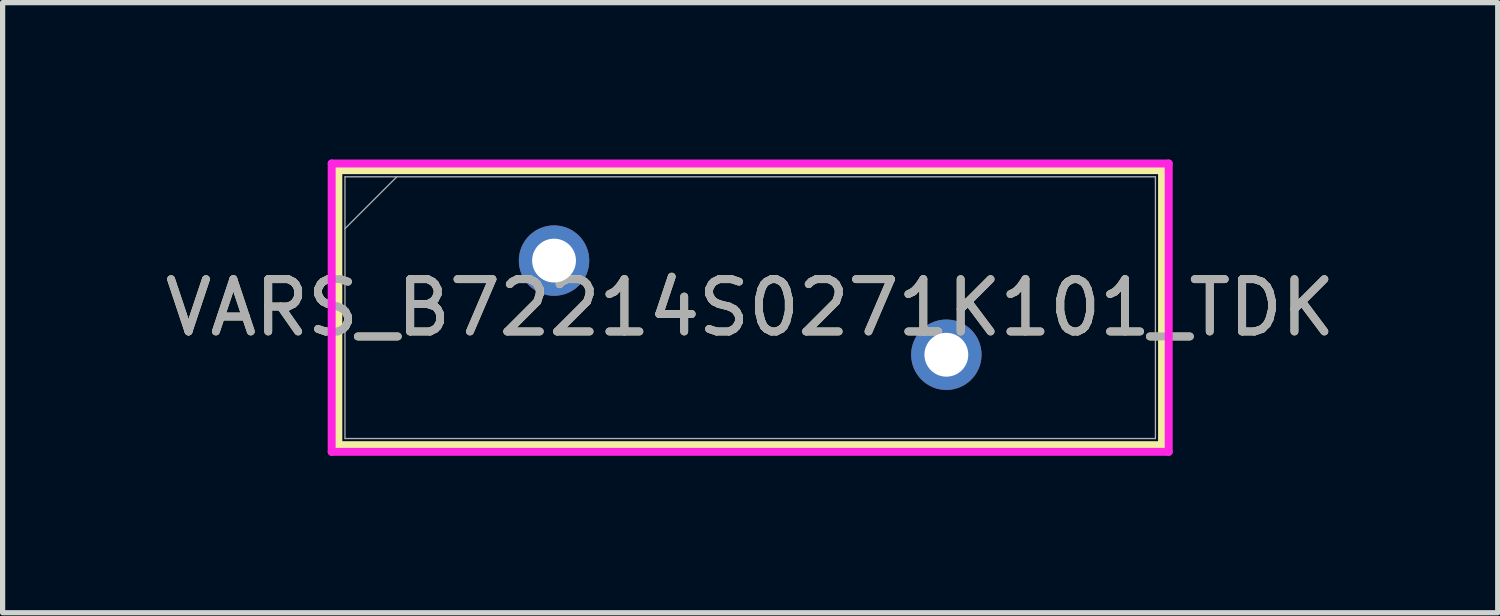
<source format=kicad_pcb>
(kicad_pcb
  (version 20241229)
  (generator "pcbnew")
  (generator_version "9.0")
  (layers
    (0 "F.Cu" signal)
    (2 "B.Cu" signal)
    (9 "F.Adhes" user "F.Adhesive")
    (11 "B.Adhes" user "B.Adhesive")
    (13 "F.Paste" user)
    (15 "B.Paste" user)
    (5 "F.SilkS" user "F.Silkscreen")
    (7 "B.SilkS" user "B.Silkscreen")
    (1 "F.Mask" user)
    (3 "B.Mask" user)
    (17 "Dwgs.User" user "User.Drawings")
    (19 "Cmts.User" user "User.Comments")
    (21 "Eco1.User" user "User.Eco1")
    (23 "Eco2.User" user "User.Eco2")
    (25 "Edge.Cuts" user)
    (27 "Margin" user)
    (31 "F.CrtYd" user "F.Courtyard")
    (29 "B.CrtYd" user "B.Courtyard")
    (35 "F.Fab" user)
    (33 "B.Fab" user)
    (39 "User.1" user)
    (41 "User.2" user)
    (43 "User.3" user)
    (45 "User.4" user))
  (footprint "VARS_B72214S0271K101_TDK"
    (layer "F.Cu")
    (at 7.542 1.932)
    (property "Reference" "VARS_B72214S0271K101_TDK" (at 3.75 0.9 0) (unlocked yes) (layer "F.SilkS") (effects (font (size 1 1) (thickness 0.15))))
    (attr through_hole)
    (fp_line (start -4.124 -1.729) (end -4.124 3.529) (stroke (width 0.152) (type solid)) (layer "F.SilkS"))
    (fp_line (start -4.124 3.529) (end 11.624 3.529) (stroke (width 0.152) (type solid)) (layer "F.SilkS"))
    (fp_line (start 11.624 -1.729) (end -4.124 -1.729) (stroke (width 0.152) (type solid)) (layer "F.SilkS"))
    (fp_line (start 11.624 3.529) (end 11.624 -1.729) (stroke (width 0.152) (type solid)) (layer "F.SilkS"))
    (fp_line (start -4.251 -1.856) (end 11.751 -1.856) (stroke (width 0.152) (type solid)) (layer "F.CrtYd"))
    (fp_line (start -4.251 3.656) (end -4.251 -1.856) (stroke (width 0.152) (type solid)) (layer "F.CrtYd"))
    (fp_line (start 11.751 -1.856) (end 11.751 3.656) (stroke (width 0.152) (type solid)) (layer "F.CrtYd"))
    (fp_line (start 11.751 3.656) (end -4.251 3.656) (stroke (width 0.152) (type solid)) (layer "F.CrtYd"))
    (fp_line (start -3.997 -1.602) (end -3.997 3.402) (stroke (width 0.025) (type solid)) (layer "F.Fab"))
    (fp_line (start -3.997 -0.611) (end -3.006 -1.602) (stroke (width 0.025) (type solid)) (layer "F.Fab"))
    (fp_line (start -3.997 3.402) (end 11.497 3.402) (stroke (width 0.025) (type solid)) (layer "F.Fab"))
    (fp_line (start 11.497 -1.602) (end -3.997 -1.602) (stroke (width 0.025) (type solid)) (layer "F.Fab"))
    (fp_line (start 11.497 3.402) (end 11.497 -1.602) (stroke (width 0.025) (type solid)) (layer "F.Fab"))
    (fp_text user "${REFERENCE}" (at 3.75 0.9 0) (unlocked yes) (layer "F.Fab") (effects (font (size 1 1) (thickness 0.15))))
    (pad "1" thru_hole circle (at 0 0) (size 1.346 1.346) (drill 0.838) (layers "*.Cu" "*.Mask"))
    (pad "2" thru_hole circle (at 7.5 1.8) (size 1.346 1.346) (drill 0.838) (layers "*.Cu" "*.Mask")))
  (gr_rect
    (start -3 -3)
    (end 25.583 8.664)
    (stroke (width 0.1) (type default))
    (fill no)
    (layer "Edge.Cuts")))
</source>
